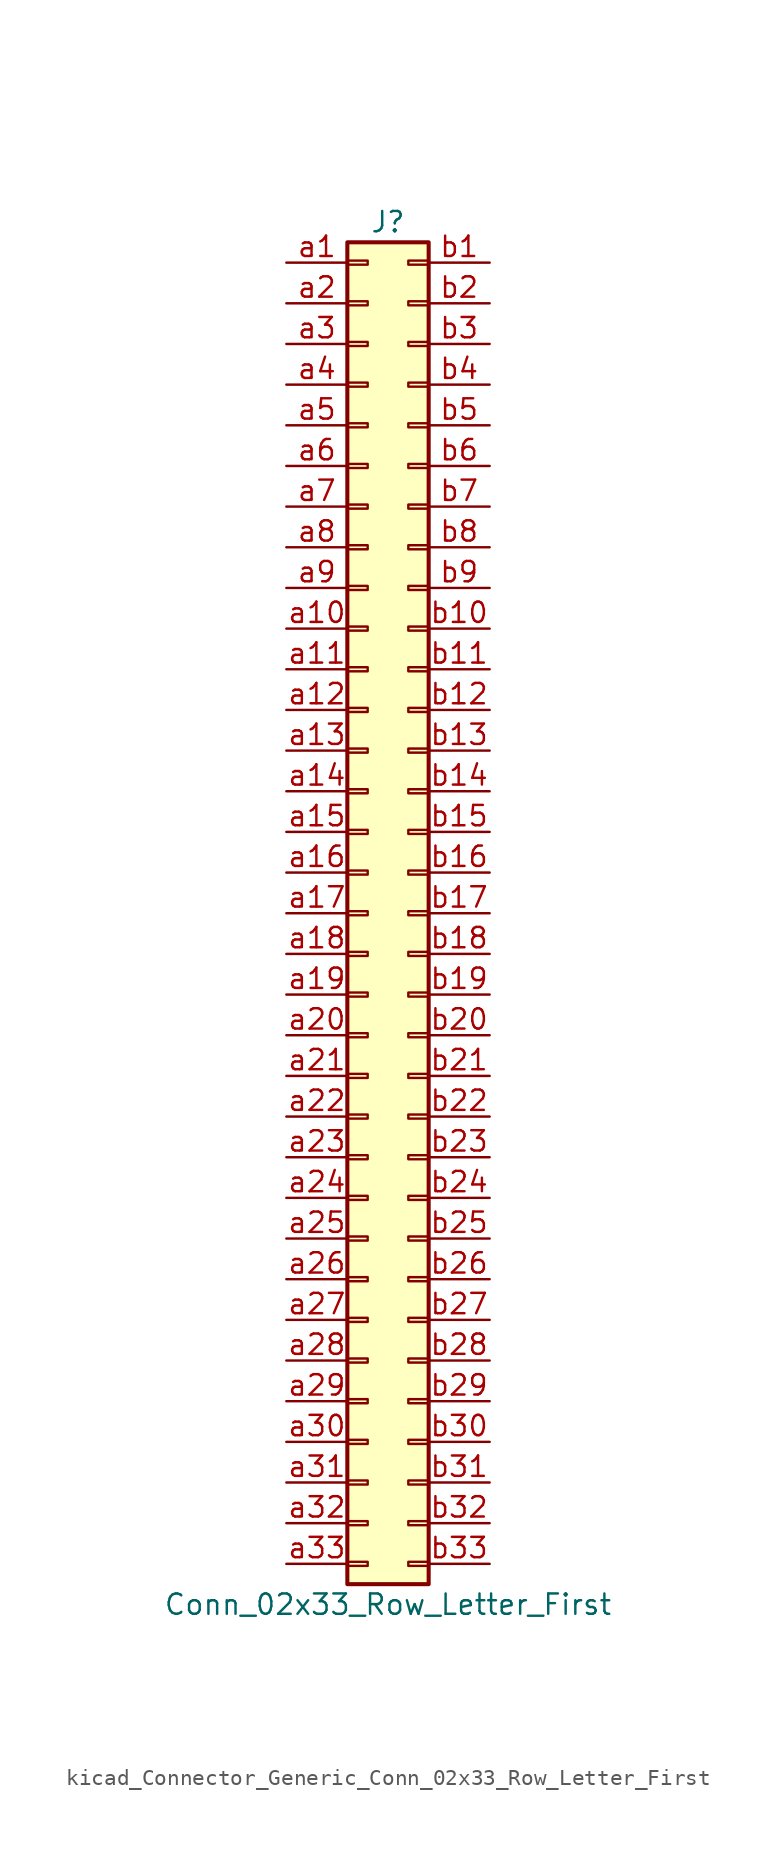
<source format=kicad_sym>
(kicad_symbol_lib
  (version 20220914)
  (generator kicad_symbol_editor)
  (symbol "kicad_Connector_Generic_Conn_02x33_Row_Letter_First"
    (pin_names
      (offset 1.016) hide)
    (property "Reference" "J"
      (at 1.27 43.18 0)
      (effects (font (size 1.27 1.27))))
    (property "Value" "Conn_02x33_Row_Letter_First"
      (at 1.27 -43.18 0)
      (effects (font (size 1.27 1.27))))
    (symbol "kicad_Connector_Generic_Conn_02x33_Row_Letter_First_1_1"
      (rectangle (start -1.27 -40.513) (end 0 -40.767) (stroke (width 0.152) (type default)) (fill (type none)))
      (rectangle (start -1.27 -37.973) (end 0 -38.227) (stroke (width 0.152) (type default)) (fill (type none)))
      (rectangle (start -1.27 -35.433) (end 0 -35.687) (stroke (width 0.152) (type default)) (fill (type none)))
      (rectangle (start -1.27 -32.893) (end 0 -33.147) (stroke (width 0.152) (type default)) (fill (type none)))
      (rectangle (start -1.27 -30.353) (end 0 -30.607) (stroke (width 0.152) (type default)) (fill (type none)))
      (rectangle (start -1.27 -27.813) (end 0 -28.067) (stroke (width 0.152) (type default)) (fill (type none)))
      (rectangle (start -1.27 -25.273) (end 0 -25.527) (stroke (width 0.152) (type default)) (fill (type none)))
      (rectangle (start -1.27 -22.733) (end 0 -22.987) (stroke (width 0.152) (type default)) (fill (type none)))
      (rectangle (start -1.27 -20.193) (end 0 -20.447) (stroke (width 0.152) (type default)) (fill (type none)))
      (rectangle (start -1.27 -17.653) (end 0 -17.907) (stroke (width 0.152) (type default)) (fill (type none)))
      (rectangle (start -1.27 -15.113) (end 0 -15.367) (stroke (width 0.152) (type default)) (fill (type none)))
      (rectangle (start -1.27 -12.573) (end 0 -12.827) (stroke (width 0.152) (type default)) (fill (type none)))
      (rectangle (start -1.27 -10.033) (end 0 -10.287) (stroke (width 0.152) (type default)) (fill (type none)))
      (rectangle (start -1.27 -7.493) (end 0 -7.747) (stroke (width 0.152) (type default)) (fill (type none)))
      (rectangle (start -1.27 -4.953) (end 0 -5.207) (stroke (width 0.152) (type default)) (fill (type none)))
      (rectangle (start -1.27 -2.413) (end 0 -2.667) (stroke (width 0.152) (type default)) (fill (type none)))
      (rectangle (start -1.27 0.127) (end 0 -0.127) (stroke (width 0.152) (type default)) (fill (type none)))
      (rectangle (start -1.27 2.667) (end 0 2.413) (stroke (width 0.152) (type default)) (fill (type none)))
      (rectangle (start -1.27 5.207) (end 0 4.953) (stroke (width 0.152) (type default)) (fill (type none)))
      (rectangle (start -1.27 7.747) (end 0 7.493) (stroke (width 0.152) (type default)) (fill (type none)))
      (rectangle (start -1.27 10.287) (end 0 10.033) (stroke (width 0.152) (type default)) (fill (type none)))
      (rectangle (start -1.27 12.827) (end 0 12.573) (stroke (width 0.152) (type default)) (fill (type none)))
      (rectangle (start -1.27 15.367) (end 0 15.113) (stroke (width 0.152) (type default)) (fill (type none)))
      (rectangle (start -1.27 17.907) (end 0 17.653) (stroke (width 0.152) (type default)) (fill (type none)))
      (rectangle (start -1.27 20.447) (end 0 20.193) (stroke (width 0.152) (type default)) (fill (type none)))
      (rectangle (start -1.27 22.987) (end 0 22.733) (stroke (width 0.152) (type default)) (fill (type none)))
      (rectangle (start -1.27 25.527) (end 0 25.273) (stroke (width 0.152) (type default)) (fill (type none)))
      (rectangle (start -1.27 28.067) (end 0 27.813) (stroke (width 0.152) (type default)) (fill (type none)))
      (rectangle (start -1.27 30.607) (end 0 30.353) (stroke (width 0.152) (type default)) (fill (type none)))
      (rectangle (start -1.27 33.147) (end 0 32.893) (stroke (width 0.152) (type default)) (fill (type none)))
      (rectangle (start -1.27 35.687) (end 0 35.433) (stroke (width 0.152) (type default)) (fill (type none)))
      (rectangle (start -1.27 38.227) (end 0 37.973) (stroke (width 0.152) (type default)) (fill (type none)))
      (rectangle (start -1.27 40.767) (end 0 40.513) (stroke (width 0.152) (type default)) (fill (type none)))
      (rectangle (start -1.27 41.91) (end 3.81 -41.91) (stroke (width 0.254) (type default)) (fill (type background)))
      (rectangle (start 3.81 -40.513) (end 2.54 -40.767) (stroke (width 0.152) (type default)) (fill (type none)))
      (rectangle (start 3.81 -37.973) (end 2.54 -38.227) (stroke (width 0.152) (type default)) (fill (type none)))
      (rectangle (start 3.81 -35.433) (end 2.54 -35.687) (stroke (width 0.152) (type default)) (fill (type none)))
      (rectangle (start 3.81 -32.893) (end 2.54 -33.147) (stroke (width 0.152) (type default)) (fill (type none)))
      (rectangle (start 3.81 -30.353) (end 2.54 -30.607) (stroke (width 0.152) (type default)) (fill (type none)))
      (rectangle (start 3.81 -27.813) (end 2.54 -28.067) (stroke (width 0.152) (type default)) (fill (type none)))
      (rectangle (start 3.81 -25.273) (end 2.54 -25.527) (stroke (width 0.152) (type default)) (fill (type none)))
      (rectangle (start 3.81 -22.733) (end 2.54 -22.987) (stroke (width 0.152) (type default)) (fill (type none)))
      (rectangle (start 3.81 -20.193) (end 2.54 -20.447) (stroke (width 0.152) (type default)) (fill (type none)))
      (rectangle (start 3.81 -17.653) (end 2.54 -17.907) (stroke (width 0.152) (type default)) (fill (type none)))
      (rectangle (start 3.81 -15.113) (end 2.54 -15.367) (stroke (width 0.152) (type default)) (fill (type none)))
      (rectangle (start 3.81 -12.573) (end 2.54 -12.827) (stroke (width 0.152) (type default)) (fill (type none)))
      (rectangle (start 3.81 -10.033) (end 2.54 -10.287) (stroke (width 0.152) (type default)) (fill (type none)))
      (rectangle (start 3.81 -7.493) (end 2.54 -7.747) (stroke (width 0.152) (type default)) (fill (type none)))
      (rectangle (start 3.81 -4.953) (end 2.54 -5.207) (stroke (width 0.152) (type default)) (fill (type none)))
      (rectangle (start 3.81 -2.413) (end 2.54 -2.667) (stroke (width 0.152) (type default)) (fill (type none)))
      (rectangle (start 3.81 0.127) (end 2.54 -0.127) (stroke (width 0.152) (type default)) (fill (type none)))
      (rectangle (start 3.81 2.667) (end 2.54 2.413) (stroke (width 0.152) (type default)) (fill (type none)))
      (rectangle (start 3.81 5.207) (end 2.54 4.953) (stroke (width 0.152) (type default)) (fill (type none)))
      (rectangle (start 3.81 7.747) (end 2.54 7.493) (stroke (width 0.152) (type default)) (fill (type none)))
      (rectangle (start 3.81 10.287) (end 2.54 10.033) (stroke (width 0.152) (type default)) (fill (type none)))
      (rectangle (start 3.81 12.827) (end 2.54 12.573) (stroke (width 0.152) (type default)) (fill (type none)))
      (rectangle (start 3.81 15.367) (end 2.54 15.113) (stroke (width 0.152) (type default)) (fill (type none)))
      (rectangle (start 3.81 17.907) (end 2.54 17.653) (stroke (width 0.152) (type default)) (fill (type none)))
      (rectangle (start 3.81 20.447) (end 2.54 20.193) (stroke (width 0.152) (type default)) (fill (type none)))
      (rectangle (start 3.81 22.987) (end 2.54 22.733) (stroke (width 0.152) (type default)) (fill (type none)))
      (rectangle (start 3.81 25.527) (end 2.54 25.273) (stroke (width 0.152) (type default)) (fill (type none)))
      (rectangle (start 3.81 28.067) (end 2.54 27.813) (stroke (width 0.152) (type default)) (fill (type none)))
      (rectangle (start 3.81 30.607) (end 2.54 30.353) (stroke (width 0.152) (type default)) (fill (type none)))
      (rectangle (start 3.81 33.147) (end 2.54 32.893) (stroke (width 0.152) (type default)) (fill (type none)))
      (rectangle (start 3.81 35.687) (end 2.54 35.433) (stroke (width 0.152) (type default)) (fill (type none)))
      (rectangle (start 3.81 38.227) (end 2.54 37.973) (stroke (width 0.152) (type default)) (fill (type none)))
      (rectangle (start 3.81 40.767) (end 2.54 40.513) (stroke (width 0.152) (type default)) (fill (type none)))
      (pin passive line (at -5.08 40.64 0) (length 3.81) (name "Pin_a1" (effects (font (size 1.27 1.27)))) (number "a1" (effects (font (size 1.27 1.27)))))
      (pin passive line (at -5.08 17.78 0) (length 3.81) (name "Pin_a10" (effects (font (size 1.27 1.27)))) (number "a10" (effects (font (size 1.27 1.27)))))
      (pin passive line (at -5.08 15.24 0) (length 3.81) (name "Pin_a11" (effects (font (size 1.27 1.27)))) (number "a11" (effects (font (size 1.27 1.27)))))
      (pin passive line (at -5.08 12.7 0) (length 3.81) (name "Pin_a12" (effects (font (size 1.27 1.27)))) (number "a12" (effects (font (size 1.27 1.27)))))
      (pin passive line (at -5.08 10.16 0) (length 3.81) (name "Pin_a13" (effects (font (size 1.27 1.27)))) (number "a13" (effects (font (size 1.27 1.27)))))
      (pin passive line (at -5.08 7.62 0) (length 3.81) (name "Pin_a14" (effects (font (size 1.27 1.27)))) (number "a14" (effects (font (size 1.27 1.27)))))
      (pin passive line (at -5.08 5.08 0) (length 3.81) (name "Pin_a15" (effects (font (size 1.27 1.27)))) (number "a15" (effects (font (size 1.27 1.27)))))
      (pin passive line (at -5.08 2.54 0) (length 3.81) (name "Pin_a16" (effects (font (size 1.27 1.27)))) (number "a16" (effects (font (size 1.27 1.27)))))
      (pin passive line (at -5.08 0 0) (length 3.81) (name "Pin_a17" (effects (font (size 1.27 1.27)))) (number "a17" (effects (font (size 1.27 1.27)))))
      (pin passive line (at -5.08 -2.54 0) (length 3.81) (name "Pin_a18" (effects (font (size 1.27 1.27)))) (number "a18" (effects (font (size 1.27 1.27)))))
      (pin passive line (at -5.08 -5.08 0) (length 3.81) (name "Pin_a19" (effects (font (size 1.27 1.27)))) (number "a19" (effects (font (size 1.27 1.27)))))
      (pin passive line (at -5.08 38.1 0) (length 3.81) (name "Pin_a2" (effects (font (size 1.27 1.27)))) (number "a2" (effects (font (size 1.27 1.27)))))
      (pin passive line (at -5.08 -7.62 0) (length 3.81) (name "Pin_a20" (effects (font (size 1.27 1.27)))) (number "a20" (effects (font (size 1.27 1.27)))))
      (pin passive line (at -5.08 -10.16 0) (length 3.81) (name "Pin_a21" (effects (font (size 1.27 1.27)))) (number "a21" (effects (font (size 1.27 1.27)))))
      (pin passive line (at -5.08 -12.7 0) (length 3.81) (name "Pin_a22" (effects (font (size 1.27 1.27)))) (number "a22" (effects (font (size 1.27 1.27)))))
      (pin passive line (at -5.08 -15.24 0) (length 3.81) (name "Pin_a23" (effects (font (size 1.27 1.27)))) (number "a23" (effects (font (size 1.27 1.27)))))
      (pin passive line (at -5.08 -17.78 0) (length 3.81) (name "Pin_a24" (effects (font (size 1.27 1.27)))) (number "a24" (effects (font (size 1.27 1.27)))))
      (pin passive line (at -5.08 -20.32 0) (length 3.81) (name "Pin_a25" (effects (font (size 1.27 1.27)))) (number "a25" (effects (font (size 1.27 1.27)))))
      (pin passive line (at -5.08 -22.86 0) (length 3.81) (name "Pin_a26" (effects (font (size 1.27 1.27)))) (number "a26" (effects (font (size 1.27 1.27)))))
      (pin passive line (at -5.08 -25.4 0) (length 3.81) (name "Pin_a27" (effects (font (size 1.27 1.27)))) (number "a27" (effects (font (size 1.27 1.27)))))
      (pin passive line (at -5.08 -27.94 0) (length 3.81) (name "Pin_a28" (effects (font (size 1.27 1.27)))) (number "a28" (effects (font (size 1.27 1.27)))))
      (pin passive line (at -5.08 -30.48 0) (length 3.81) (name "Pin_a29" (effects (font (size 1.27 1.27)))) (number "a29" (effects (font (size 1.27 1.27)))))
      (pin passive line (at -5.08 35.56 0) (length 3.81) (name "Pin_a3" (effects (font (size 1.27 1.27)))) (number "a3" (effects (font (size 1.27 1.27)))))
      (pin passive line (at -5.08 -33.02 0) (length 3.81) (name "Pin_a30" (effects (font (size 1.27 1.27)))) (number "a30" (effects (font (size 1.27 1.27)))))
      (pin passive line (at -5.08 -35.56 0) (length 3.81) (name "Pin_a31" (effects (font (size 1.27 1.27)))) (number "a31" (effects (font (size 1.27 1.27)))))
      (pin passive line (at -5.08 -38.1 0) (length 3.81) (name "Pin_a32" (effects (font (size 1.27 1.27)))) (number "a32" (effects (font (size 1.27 1.27)))))
      (pin passive line (at -5.08 -40.64 0) (length 3.81) (name "Pin_a33" (effects (font (size 1.27 1.27)))) (number "a33" (effects (font (size 1.27 1.27)))))
      (pin passive line (at -5.08 33.02 0) (length 3.81) (name "Pin_a4" (effects (font (size 1.27 1.27)))) (number "a4" (effects (font (size 1.27 1.27)))))
      (pin passive line (at -5.08 30.48 0) (length 3.81) (name "Pin_a5" (effects (font (size 1.27 1.27)))) (number "a5" (effects (font (size 1.27 1.27)))))
      (pin passive line (at -5.08 27.94 0) (length 3.81) (name "Pin_a6" (effects (font (size 1.27 1.27)))) (number "a6" (effects (font (size 1.27 1.27)))))
      (pin passive line (at -5.08 25.4 0) (length 3.81) (name "Pin_a7" (effects (font (size 1.27 1.27)))) (number "a7" (effects (font (size 1.27 1.27)))))
      (pin passive line (at -5.08 22.86 0) (length 3.81) (name "Pin_a8" (effects (font (size 1.27 1.27)))) (number "a8" (effects (font (size 1.27 1.27)))))
      (pin passive line (at -5.08 20.32 0) (length 3.81) (name "Pin_a9" (effects (font (size 1.27 1.27)))) (number "a9" (effects (font (size 1.27 1.27)))))
      (pin passive line (at 7.62 40.64 180) (length 3.81) (name "Pin_b1" (effects (font (size 1.27 1.27)))) (number "b1" (effects (font (size 1.27 1.27)))))
      (pin passive line (at 7.62 17.78 180) (length 3.81) (name "Pin_b10" (effects (font (size 1.27 1.27)))) (number "b10" (effects (font (size 1.27 1.27)))))
      (pin passive line (at 7.62 15.24 180) (length 3.81) (name "Pin_b11" (effects (font (size 1.27 1.27)))) (number "b11" (effects (font (size 1.27 1.27)))))
      (pin passive line (at 7.62 12.7 180) (length 3.81) (name "Pin_b12" (effects (font (size 1.27 1.27)))) (number "b12" (effects (font (size 1.27 1.27)))))
      (pin passive line (at 7.62 10.16 180) (length 3.81) (name "Pin_b13" (effects (font (size 1.27 1.27)))) (number "b13" (effects (font (size 1.27 1.27)))))
      (pin passive line (at 7.62 7.62 180) (length 3.81) (name "Pin_b14" (effects (font (size 1.27 1.27)))) (number "b14" (effects (font (size 1.27 1.27)))))
      (pin passive line (at 7.62 5.08 180) (length 3.81) (name "Pin_b15" (effects (font (size 1.27 1.27)))) (number "b15" (effects (font (size 1.27 1.27)))))
      (pin passive line (at 7.62 2.54 180) (length 3.81) (name "Pin_b16" (effects (font (size 1.27 1.27)))) (number "b16" (effects (font (size 1.27 1.27)))))
      (pin passive line (at 7.62 0 180) (length 3.81) (name "Pin_b17" (effects (font (size 1.27 1.27)))) (number "b17" (effects (font (size 1.27 1.27)))))
      (pin passive line (at 7.62 -2.54 180) (length 3.81) (name "Pin_b18" (effects (font (size 1.27 1.27)))) (number "b18" (effects (font (size 1.27 1.27)))))
      (pin passive line (at 7.62 -5.08 180) (length 3.81) (name "Pin_b19" (effects (font (size 1.27 1.27)))) (number "b19" (effects (font (size 1.27 1.27)))))
      (pin passive line (at 7.62 38.1 180) (length 3.81) (name "Pin_b2" (effects (font (size 1.27 1.27)))) (number "b2" (effects (font (size 1.27 1.27)))))
      (pin passive line (at 7.62 -7.62 180) (length 3.81) (name "Pin_b20" (effects (font (size 1.27 1.27)))) (number "b20" (effects (font (size 1.27 1.27)))))
      (pin passive line (at 7.62 -10.16 180) (length 3.81) (name "Pin_b21" (effects (font (size 1.27 1.27)))) (number "b21" (effects (font (size 1.27 1.27)))))
      (pin passive line (at 7.62 -12.7 180) (length 3.81) (name "Pin_b22" (effects (font (size 1.27 1.27)))) (number "b22" (effects (font (size 1.27 1.27)))))
      (pin passive line (at 7.62 -15.24 180) (length 3.81) (name "Pin_b23" (effects (font (size 1.27 1.27)))) (number "b23" (effects (font (size 1.27 1.27)))))
      (pin passive line (at 7.62 -17.78 180) (length 3.81) (name "Pin_b24" (effects (font (size 1.27 1.27)))) (number "b24" (effects (font (size 1.27 1.27)))))
      (pin passive line (at 7.62 -20.32 180) (length 3.81) (name "Pin_b25" (effects (font (size 1.27 1.27)))) (number "b25" (effects (font (size 1.27 1.27)))))
      (pin passive line (at 7.62 -22.86 180) (length 3.81) (name "Pin_b26" (effects (font (size 1.27 1.27)))) (number "b26" (effects (font (size 1.27 1.27)))))
      (pin passive line (at 7.62 -25.4 180) (length 3.81) (name "Pin_b27" (effects (font (size 1.27 1.27)))) (number "b27" (effects (font (size 1.27 1.27)))))
      (pin passive line (at 7.62 -27.94 180) (length 3.81) (name "Pin_b28" (effects (font (size 1.27 1.27)))) (number "b28" (effects (font (size 1.27 1.27)))))
      (pin passive line (at 7.62 -30.48 180) (length 3.81) (name "Pin_b29" (effects (font (size 1.27 1.27)))) (number "b29" (effects (font (size 1.27 1.27)))))
      (pin passive line (at 7.62 35.56 180) (length 3.81) (name "Pin_b3" (effects (font (size 1.27 1.27)))) (number "b3" (effects (font (size 1.27 1.27)))))
      (pin passive line (at 7.62 -33.02 180) (length 3.81) (name "Pin_b30" (effects (font (size 1.27 1.27)))) (number "b30" (effects (font (size 1.27 1.27)))))
      (pin passive line (at 7.62 -35.56 180) (length 3.81) (name "Pin_b31" (effects (font (size 1.27 1.27)))) (number "b31" (effects (font (size 1.27 1.27)))))
      (pin passive line (at 7.62 -38.1 180) (length 3.81) (name "Pin_b32" (effects (font (size 1.27 1.27)))) (number "b32" (effects (font (size 1.27 1.27)))))
      (pin passive line (at 7.62 -40.64 180) (length 3.81) (name "Pin_b33" (effects (font (size 1.27 1.27)))) (number "b33" (effects (font (size 1.27 1.27)))))
      (pin passive line (at 7.62 33.02 180) (length 3.81) (name "Pin_b4" (effects (font (size 1.27 1.27)))) (number "b4" (effects (font (size 1.27 1.27)))))
      (pin passive line (at 7.62 30.48 180) (length 3.81) (name "Pin_b5" (effects (font (size 1.27 1.27)))) (number "b5" (effects (font (size 1.27 1.27)))))
      (pin passive line (at 7.62 27.94 180) (length 3.81) (name "Pin_b6" (effects (font (size 1.27 1.27)))) (number "b6" (effects (font (size 1.27 1.27)))))
      (pin passive line (at 7.62 25.4 180) (length 3.81) (name "Pin_b7" (effects (font (size 1.27 1.27)))) (number "b7" (effects (font (size 1.27 1.27)))))
      (pin passive line (at 7.62 22.86 180) (length 3.81) (name "Pin_b8" (effects (font (size 1.27 1.27)))) (number "b8" (effects (font (size 1.27 1.27)))))
      (pin passive line (at 7.62 20.32 180) (length 3.81) (name "Pin_b9" (effects (font (size 1.27 1.27)))) (number "b9" (effects (font (size 1.27 1.27))))))))
</source>
